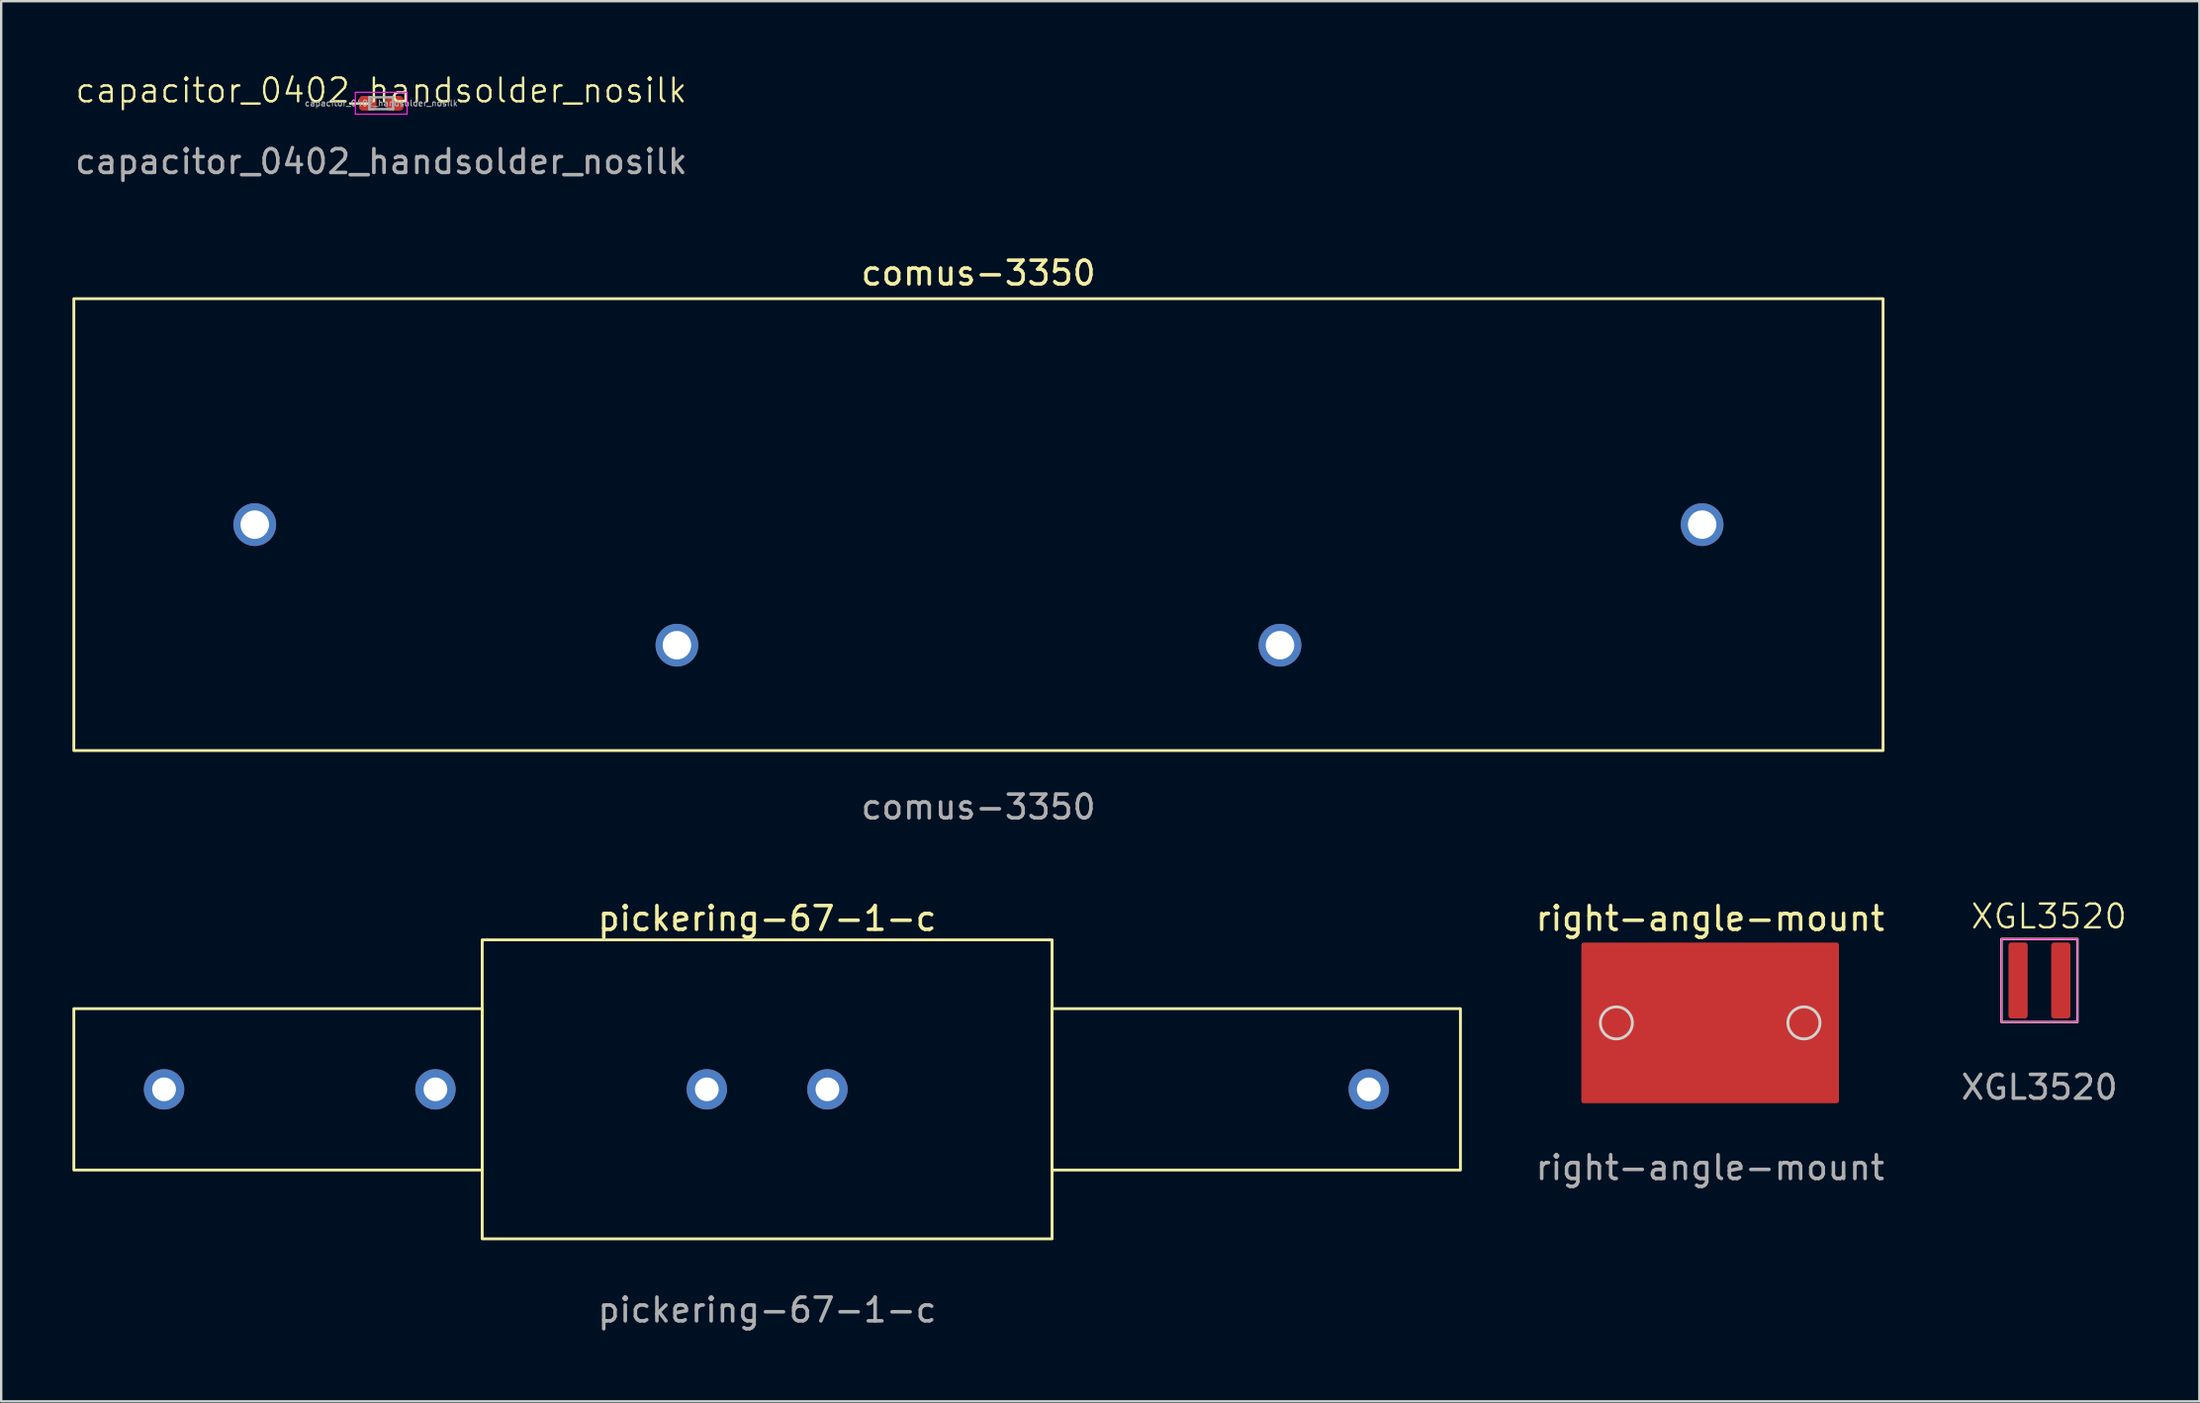
<source format=kicad_pcb>
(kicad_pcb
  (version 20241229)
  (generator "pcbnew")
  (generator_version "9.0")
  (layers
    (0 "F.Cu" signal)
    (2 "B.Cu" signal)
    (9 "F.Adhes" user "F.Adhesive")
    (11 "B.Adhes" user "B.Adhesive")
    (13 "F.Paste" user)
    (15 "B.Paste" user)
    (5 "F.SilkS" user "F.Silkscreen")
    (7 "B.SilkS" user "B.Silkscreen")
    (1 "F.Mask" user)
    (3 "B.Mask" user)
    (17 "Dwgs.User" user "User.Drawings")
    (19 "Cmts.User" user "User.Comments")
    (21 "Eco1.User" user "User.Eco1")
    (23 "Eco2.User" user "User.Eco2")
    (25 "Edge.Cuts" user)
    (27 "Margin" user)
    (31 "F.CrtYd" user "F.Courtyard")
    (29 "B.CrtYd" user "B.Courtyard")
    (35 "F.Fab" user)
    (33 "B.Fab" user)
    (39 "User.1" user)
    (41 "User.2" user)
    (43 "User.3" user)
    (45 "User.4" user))
  (footprint "pickering-67-1-c"
    (layer "F.Cu")
    (at 29.26 42.853)
    (property "Reference" "pickering-67-1-c" (at 0 -7.2 0) (unlocked yes) (layer "F.SilkS") (effects (font (size 1 1) (thickness 0.15))))
    (attr smd)
    (fp_rect (start -29.2 -3.4) (end -12 3.4) (stroke (width 0.12) (type solid)) (fill no) (layer "F.SilkS"))
    (fp_rect (start -12 -6.3) (end 12 6.3) (stroke (width 0.12) (type solid)) (fill no) (layer "F.SilkS"))
    (fp_rect (start 12 -3.4) (end 29.2 3.4) (stroke (width 0.12) (type solid)) (fill no) (layer "F.SilkS"))
    (fp_text user "${REFERENCE}" (at 0 9.3 0) (unlocked yes) (layer "F.Fab") (effects (font (size 1 1) (thickness 0.15))))
    (pad "1" thru_hole circle (at -25.4 0) (size 1.7 1.7) (drill 1) (layers "*.Cu" "*.Mask"))
    (pad "2" thru_hole circle (at -13.97 0) (size 1.7 1.7) (drill 1) (layers "*.Cu" "*.Mask"))
    (pad "3" thru_hole circle (at -2.54 0) (size 1.7 1.7) (drill 1) (layers "*.Cu" "*.Mask"))
    (pad "5" thru_hole circle (at 2.54 0) (size 1.7 1.7) (drill 1) (layers "*.Cu" "*.Mask"))
    (pad "7" thru_hole circle (at 25.34 0) (size 1.7 1.7) (drill 1) (layers "*.Cu" "*.Mask")))
  (footprint "comus-3350"
    (layer "F.Cu")
    (at 38.16 19.057)
    (property "Reference" "comus-3350" (at 0 -10.6 0) (unlocked yes) (layer "F.SilkS") (effects (font (size 1 1) (thickness 0.15))))
    (attr smd)
    (fp_rect (start 38.1 -9.52) (end -38.1 9.52) (stroke (width 0.12) (type solid)) (fill no) (layer "F.SilkS"))
    (fp_text user "${REFERENCE}" (at 0 11.9 0) (unlocked yes) (layer "F.Fab") (effects (font (size 1 1) (thickness 0.15))))
    (pad "1" thru_hole circle (at 30.48 0) (size 1.8 1.8) (drill 1.2) (layers "*.Cu" "*.Mask"))
    (pad "2" thru_hole circle (at 12.7 5.08) (size 1.8 1.8) (drill 1.2) (layers "*.Cu" "*.Mask"))
    (pad "3" thru_hole circle (at -12.7 5.08) (size 1.8 1.8) (drill 1.2) (layers "*.Cu" "*.Mask"))
    (pad "4" thru_hole circle (at -30.48 0) (size 1.8 1.8) (drill 1.2) (layers "*.Cu" "*.Mask")))
  (footprint "capacitor_0402_handsolder_nosilk"
    (layer "F.Cu")
    (at 13.006 1.26)
    (property "Reference" "capacitor_0402_handsolder_nosilk" (at 0 -0.5 0) (unlocked yes) (layer "F.SilkS") (effects (font (size 1 1) (thickness 0.1))))
    (attr board_only exclude_from_pos_files exclude_from_bom)
    (fp_line (start -1.09 -0.42) (end 1.09 -0.42) (stroke (width 0.05) (type solid)) (layer "F.CrtYd"))
    (fp_line (start -1.09 0.5) (end -1.09 -0.42) (stroke (width 0.05) (type solid)) (layer "F.CrtYd"))
    (fp_line (start 1.09 -0.42) (end 1.09 0.5) (stroke (width 0.05) (type solid)) (layer "F.CrtYd"))
    (fp_line (start 1.09 0.5) (end -1.09 0.5) (stroke (width 0.05) (type solid)) (layer "F.CrtYd"))
    (fp_line (start -0.5 -0.21) (end 0.5 -0.21) (stroke (width 0.1) (type solid)) (layer "F.Fab"))
    (fp_line (start -0.5 0.29) (end -0.5 -0.21) (stroke (width 0.1) (type solid)) (layer "F.Fab"))
    (fp_line (start 0.5 -0.21) (end 0.5 0.29) (stroke (width 0.1) (type solid)) (layer "F.Fab"))
    (fp_line (start 0.5 0.29) (end -0.5 0.29) (stroke (width 0.1) (type solid)) (layer "F.Fab"))
    (fp_text user "${REFERENCE}" (at 0 2.5 0) (unlocked yes) (layer "F.Fab") (effects (font (size 1 1) (thickness 0.15))))
    (fp_text user "${REFERENCE}" (at 0 0.04 0) (layer "F.Fab") (effects (font (size 0.25 0.25) (thickness 0.04))))
    (pad "1" smd roundrect (at -0.568 0.04) (size 0.735 0.62) (layers "F.Cu" "F.Mask" "F.Paste") (roundrect_rratio 0.25))
    (pad "2" smd roundrect (at 0.568 0.04) (size 0.735 0.62) (layers "F.Cu" "F.Mask" "F.Paste") (roundrect_rratio 0.25)))
  (footprint "XGL3520"
    (layer "F.Cu")
    (at 82.847 38.266)
    (property "Reference" "XGL3520" (at 0.4 -2.7 0) (unlocked yes) (layer "F.SilkS") (effects (font (size 1 1) (thickness 0.1))))
    (attr smd)
    (fp_rect (start -1.6 -1.75) (end 1.6 1.75) (stroke (width 0.1) (type solid)) (fill no) (layer "F.SilkS"))
    (fp_rect (start -1.6 -1.75) (end 1.6 1.75) (stroke (width 0.05) (type solid)) (fill no) (layer "F.CrtYd"))
    (fp_text user "${REFERENCE}" (at 0 4.5 0) (unlocked yes) (layer "F.Fab") (effects (font (size 1 1) (thickness 0.15))))
    (pad "1" smd roundrect (at -0.9 0) (size 0.81 3.2) (layers "F.Cu" "F.Mask" "F.Paste") (roundrect_rratio 0.15))
    (pad "2" smd roundrect (at 0.9 0) (size 0.81 3.2) (layers "F.Cu" "F.Mask" "F.Paste") (roundrect_rratio 0.15)))
  (footprint "right-angle-mount"
    (layer "F.Cu")
    (at 68.978 40.053)
    (property "Reference" "right-angle-mount" (at 0 -4.4 0) (unlocked yes) (layer "F.SilkS") (effects (font (size 1 1) (thickness 0.15))))
    (attr smd)
    (fp_rect (start -5.325 -3.285) (end 5.325 3.285) (stroke (width 0.2) (type solid)) (fill yes) (layer "F.Cu"))
    (fp_rect (start -5.325 -3.285) (end 5.325 3.285) (stroke (width 0.2) (type solid)) (fill yes) (layer "F.Mask"))
    (fp_circle (center -3.95 0) (end -3.275 0) (stroke (width 0.12) (type default)) (fill no) (layer "Edge.Cuts"))
    (fp_circle (center 3.95 0) (end 4.625 0) (stroke (width 0.12) (type default)) (fill no) (layer "Edge.Cuts"))
    (fp_text user "${REFERENCE}" (at 0 6.1 0) (unlocked yes) (layer "F.Fab") (effects (font (size 1 1) (thickness 0.15)))))
  (gr_rect
    (start -3 -3)
    (end 89.583 56.002)
    (stroke (width 0.1) (type default))
    (fill no)
    (layer "Edge.Cuts")))
</source>
